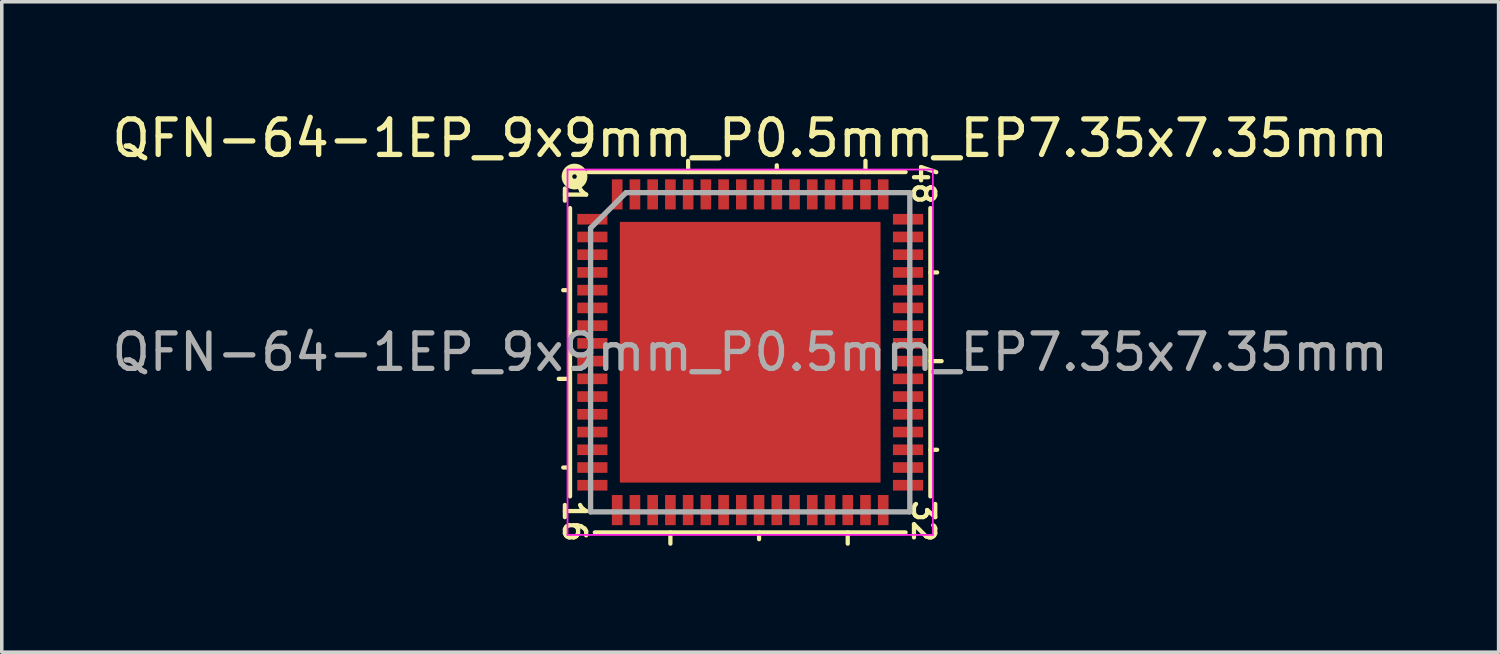
<source format=kicad_pcb>
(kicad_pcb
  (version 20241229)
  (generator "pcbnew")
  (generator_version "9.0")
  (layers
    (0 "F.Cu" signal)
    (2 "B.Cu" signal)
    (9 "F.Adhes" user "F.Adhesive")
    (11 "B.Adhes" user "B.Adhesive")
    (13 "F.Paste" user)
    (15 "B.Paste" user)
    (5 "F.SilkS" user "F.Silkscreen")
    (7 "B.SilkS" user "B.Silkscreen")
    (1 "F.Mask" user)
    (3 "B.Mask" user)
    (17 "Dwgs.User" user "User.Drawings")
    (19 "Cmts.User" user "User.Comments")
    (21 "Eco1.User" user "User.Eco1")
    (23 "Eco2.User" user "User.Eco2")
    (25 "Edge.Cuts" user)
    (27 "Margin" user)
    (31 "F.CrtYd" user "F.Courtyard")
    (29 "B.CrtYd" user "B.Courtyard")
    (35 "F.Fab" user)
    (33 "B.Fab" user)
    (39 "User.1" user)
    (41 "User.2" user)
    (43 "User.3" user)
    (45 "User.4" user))
  (footprint "QFN-64-1EP_9x9mm_P0.5mm_EP7.35x7.35mm"
    (layer "F.Cu")
    (at 18.101 6.881)
    (property "Reference" "QFN-64-1EP_9x9mm_P0.5mm_EP7.35x7.35mm" (at 0 -6.032 0) (layer "F.SilkS") (effects (font (size 1 1) (thickness 0.15))))
    (attr smd)
    (fp_line (start -5.08 -4.064) (end -5.08 4.064) (stroke (width 0.12) (type solid)) (layer "F.SilkS"))
    (fp_line (start -5.08 -1.75) (end -5.271 -1.75) (stroke (width 0.12) (type solid)) (layer "F.SilkS"))
    (fp_line (start -5.08 0.75) (end -5.397 0.75) (stroke (width 0.12) (type solid)) (layer "F.SilkS"))
    (fp_line (start -5.08 3.25) (end -5.271 3.25) (stroke (width 0.12) (type solid)) (layer "F.SilkS"))
    (fp_line (start -4.381 5.08) (end 4.381 5.08) (stroke (width 0.12) (type solid)) (layer "F.SilkS"))
    (fp_line (start -2.25 5.08) (end -2.25 5.397) (stroke (width 0.12) (type solid)) (layer "F.SilkS"))
    (fp_line (start -1.75 -5.08) (end -1.75 -5.397) (stroke (width 0.12) (type solid)) (layer "F.SilkS"))
    (fp_line (start 0.25 5.08) (end 0.25 5.271) (stroke (width 0.12) (type solid)) (layer "F.SilkS"))
    (fp_line (start 0.75 -5.08) (end 0.75 -5.271) (stroke (width 0.12) (type solid)) (layer "F.SilkS"))
    (fp_line (start 2.75 5.08) (end 2.75 5.397) (stroke (width 0.12) (type solid)) (layer "F.SilkS"))
    (fp_line (start 3.25 -5.08) (end 3.25 -5.397) (stroke (width 0.12) (type solid)) (layer "F.SilkS"))
    (fp_line (start 4.381 -5.08) (end -4.572 -5.08) (stroke (width 0.12) (type solid)) (layer "F.SilkS"))
    (fp_line (start 5.08 -2.25) (end 5.271 -2.25) (stroke (width 0.12) (type solid)) (layer "F.SilkS"))
    (fp_line (start 5.08 0.25) (end 5.397 0.25) (stroke (width 0.12) (type solid)) (layer "F.SilkS"))
    (fp_line (start 5.08 2.75) (end 5.271 2.75) (stroke (width 0.12) (type solid)) (layer "F.SilkS"))
    (fp_line (start 5.08 4.064) (end 5.08 -4.064) (stroke (width 0.12) (type solid)) (layer "F.SilkS"))
    (fp_circle (center -4.953 -4.953) (end -4.889 -4.953) (stroke (width 0.3) (type solid)) (fill no) (layer "F.SilkS"))
    (fp_line (start -5.15 -5.15) (end -5.15 5.15) (stroke (width 0.05) (type solid)) (layer "F.CrtYd"))
    (fp_line (start -5.15 -5.15) (end 5.15 -5.15) (stroke (width 0.05) (type solid)) (layer "F.CrtYd"))
    (fp_line (start -5.15 5.15) (end 5.15 5.15) (stroke (width 0.05) (type solid)) (layer "F.CrtYd"))
    (fp_line (start 5.15 -5.15) (end 5.15 5.15) (stroke (width 0.05) (type solid)) (layer "F.CrtYd"))
    (fp_line (start -4.5 -3.5) (end -3.5 -4.5) (stroke (width 0.15) (type solid)) (layer "F.Fab"))
    (fp_line (start -4.5 4.5) (end -4.5 -3.5) (stroke (width 0.15) (type solid)) (layer "F.Fab"))
    (fp_line (start -3.5 -4.5) (end 4.5 -4.5) (stroke (width 0.15) (type solid)) (layer "F.Fab"))
    (fp_line (start 4.5 -4.5) (end 4.5 4.5) (stroke (width 0.15) (type solid)) (layer "F.Fab"))
    (fp_line (start 4.5 4.5) (end -4.5 4.5) (stroke (width 0.15) (type solid)) (layer "F.Fab"))
    (fp_text user "1" (at -4.953 -4.445 270) (unlocked yes) (layer "F.SilkS") (effects (font (size 0.6 0.6) (thickness 0.12))))
    (fp_text user "32" (at 4.889 4.763 270) (unlocked yes) (layer "F.SilkS") (effects (font (size 0.6 0.6) (thickness 0.12))))
    (fp_text user "48" (at 4.889 -4.763 270) (unlocked yes) (layer "F.SilkS") (effects (font (size 0.6 0.6) (thickness 0.12))))
    (fp_text user "16" (at -4.953 4.763 270) (unlocked yes) (layer "F.SilkS") (effects (font (size 0.6 0.6) (thickness 0.12))))
    (fp_text user "${REFERENCE}" (at 0 0 0) (layer "F.Fab") (effects (font (size 1 1) (thickness 0.15))))
    (pad "" smd rect (at -2.94 -2.94) (size 1.19 1.19) (layers "F.Paste"))
    (pad "" smd rect (at -2.94 -1.47) (size 1.19 1.19) (layers "F.Paste"))
    (pad "" smd rect (at -2.94 0) (size 1.19 1.19) (layers "F.Paste"))
    (pad "" smd rect (at -2.94 1.47) (size 1.19 1.19) (layers "F.Paste"))
    (pad "" smd rect (at -2.94 2.94) (size 1.19 1.19) (layers "F.Paste"))
    (pad "" smd rect (at -1.47 -2.94) (size 1.19 1.19) (layers "F.Paste"))
    (pad "" smd rect (at -1.47 -1.47) (size 1.19 1.19) (layers "F.Paste"))
    (pad "" smd rect (at -1.47 0) (size 1.19 1.19) (layers "F.Paste"))
    (pad "" smd rect (at -1.47 1.47) (size 1.19 1.19) (layers "F.Paste"))
    (pad "" smd rect (at -1.47 2.94) (size 1.19 1.19) (layers "F.Paste"))
    (pad "" smd rect (at 0 -2.94) (size 1.19 1.19) (layers "F.Paste"))
    (pad "" smd rect (at 0 -1.47) (size 1.19 1.19) (layers "F.Paste"))
    (pad "" smd rect (at 0 0) (size 1.19 1.19) (layers "F.Paste"))
    (pad "" smd rect (at 0 1.47) (size 1.19 1.19) (layers "F.Paste"))
    (pad "" smd rect (at 0 2.94) (size 1.19 1.19) (layers "F.Paste"))
    (pad "" smd rect (at 1.47 -2.94) (size 1.19 1.19) (layers "F.Paste"))
    (pad "" smd rect (at 1.47 -1.47) (size 1.19 1.19) (layers "F.Paste"))
    (pad "" smd rect (at 1.47 0) (size 1.19 1.19) (layers "F.Paste"))
    (pad "" smd rect (at 1.47 1.47) (size 1.19 1.19) (layers "F.Paste"))
    (pad "" smd rect (at 1.47 2.94) (size 1.19 1.19) (layers "F.Paste"))
    (pad "" smd rect (at 2.94 -2.94) (size 1.19 1.19) (layers "F.Paste"))
    (pad "" smd rect (at 2.94 -1.47) (size 1.19 1.19) (layers "F.Paste"))
    (pad "" smd rect (at 2.94 0) (size 1.19 1.19) (layers "F.Paste"))
    (pad "" smd rect (at 2.94 1.47) (size 1.19 1.19) (layers "F.Paste"))
    (pad "" smd rect (at 2.94 2.94) (size 1.19 1.19) (layers "F.Paste"))
    (pad "1" smd rect (at -4.45 -3.75) (size 0.85 0.3) (layers "F.Cu" "F.Mask" "F.Paste"))
    (pad "2" smd rect (at -4.45 -3.25) (size 0.85 0.3) (layers "F.Cu" "F.Mask" "F.Paste"))
    (pad "3" smd rect (at -4.45 -2.75) (size 0.85 0.3) (layers "F.Cu" "F.Mask" "F.Paste"))
    (pad "4" smd rect (at -4.45 -2.25) (size 0.85 0.3) (layers "F.Cu" "F.Mask" "F.Paste"))
    (pad "5" smd rect (at -4.45 -1.75) (size 0.85 0.3) (layers "F.Cu" "F.Mask" "F.Paste"))
    (pad "6" smd rect (at -4.45 -1.25) (size 0.85 0.3) (layers "F.Cu" "F.Mask" "F.Paste"))
    (pad "7" smd rect (at -4.45 -0.75) (size 0.85 0.3) (layers "F.Cu" "F.Mask" "F.Paste"))
    (pad "8" smd rect (at -4.45 -0.25) (size 0.85 0.3) (layers "F.Cu" "F.Mask" "F.Paste"))
    (pad "9" smd rect (at -4.45 0.25) (size 0.85 0.3) (layers "F.Cu" "F.Mask" "F.Paste"))
    (pad "10" smd rect (at -4.45 0.75) (size 0.85 0.3) (layers "F.Cu" "F.Mask" "F.Paste"))
    (pad "11" smd rect (at -4.45 1.25) (size 0.85 0.3) (layers "F.Cu" "F.Mask" "F.Paste"))
    (pad "12" smd rect (at -4.45 1.75) (size 0.85 0.3) (layers "F.Cu" "F.Mask" "F.Paste"))
    (pad "13" smd rect (at -4.45 2.25) (size 0.85 0.3) (layers "F.Cu" "F.Mask" "F.Paste"))
    (pad "14" smd rect (at -4.45 2.75) (size 0.85 0.3) (layers "F.Cu" "F.Mask" "F.Paste"))
    (pad "15" smd rect (at -4.45 3.25) (size 0.85 0.3) (layers "F.Cu" "F.Mask" "F.Paste"))
    (pad "16" smd rect (at -4.45 3.75) (size 0.85 0.3) (layers "F.Cu" "F.Mask" "F.Paste"))
    (pad "17" smd rect (at -3.75 4.45 90) (size 0.85 0.3) (layers "F.Cu" "F.Mask" "F.Paste"))
    (pad "18" smd rect (at -3.25 4.45 90) (size 0.85 0.3) (layers "F.Cu" "F.Mask" "F.Paste"))
    (pad "19" smd rect (at -2.75 4.45 90) (size 0.85 0.3) (layers "F.Cu" "F.Mask" "F.Paste"))
    (pad "20" smd rect (at -2.25 4.45 90) (size 0.85 0.3) (layers "F.Cu" "F.Mask" "F.Paste"))
    (pad "21" smd rect (at -1.75 4.45 90) (size 0.85 0.3) (layers "F.Cu" "F.Mask" "F.Paste"))
    (pad "22" smd rect (at -1.25 4.45 90) (size 0.85 0.3) (layers "F.Cu" "F.Mask" "F.Paste"))
    (pad "23" smd rect (at -0.75 4.45 90) (size 0.85 0.3) (layers "F.Cu" "F.Mask" "F.Paste"))
    (pad "24" smd rect (at -0.25 4.45 90) (size 0.85 0.3) (layers "F.Cu" "F.Mask" "F.Paste"))
    (pad "25" smd rect (at 0.25 4.45 90) (size 0.85 0.3) (layers "F.Cu" "F.Mask" "F.Paste"))
    (pad "26" smd rect (at 0.75 4.45 90) (size 0.85 0.3) (layers "F.Cu" "F.Mask" "F.Paste"))
    (pad "27" smd rect (at 1.25 4.45 90) (size 0.85 0.3) (layers "F.Cu" "F.Mask" "F.Paste"))
    (pad "28" smd rect (at 1.75 4.45 90) (size 0.85 0.3) (layers "F.Cu" "F.Mask" "F.Paste"))
    (pad "29" smd rect (at 2.25 4.45 90) (size 0.85 0.3) (layers "F.Cu" "F.Mask" "F.Paste"))
    (pad "30" smd rect (at 2.75 4.45 90) (size 0.85 0.3) (layers "F.Cu" "F.Mask" "F.Paste"))
    (pad "31" smd rect (at 3.25 4.45 90) (size 0.85 0.3) (layers "F.Cu" "F.Mask" "F.Paste"))
    (pad "32" smd rect (at 3.75 4.45 90) (size 0.85 0.3) (layers "F.Cu" "F.Mask" "F.Paste"))
    (pad "33" smd rect (at 4.45 3.75) (size 0.85 0.3) (layers "F.Cu" "F.Mask" "F.Paste"))
    (pad "34" smd rect (at 4.45 3.25) (size 0.85 0.3) (layers "F.Cu" "F.Mask" "F.Paste"))
    (pad "35" smd rect (at 4.45 2.75) (size 0.85 0.3) (layers "F.Cu" "F.Mask" "F.Paste"))
    (pad "36" smd rect (at 4.45 2.25) (size 0.85 0.3) (layers "F.Cu" "F.Mask" "F.Paste"))
    (pad "37" smd rect (at 4.45 1.75) (size 0.85 0.3) (layers "F.Cu" "F.Mask" "F.Paste"))
    (pad "38" smd rect (at 4.45 1.25) (size 0.85 0.3) (layers "F.Cu" "F.Mask" "F.Paste"))
    (pad "39" smd rect (at 4.45 0.75) (size 0.85 0.3) (layers "F.Cu" "F.Mask" "F.Paste"))
    (pad "40" smd rect (at 4.45 0.25) (size 0.85 0.3) (layers "F.Cu" "F.Mask" "F.Paste"))
    (pad "41" smd rect (at 4.45 -0.25) (size 0.85 0.3) (layers "F.Cu" "F.Mask" "F.Paste"))
    (pad "42" smd rect (at 4.45 -0.75) (size 0.85 0.3) (layers "F.Cu" "F.Mask" "F.Paste"))
    (pad "43" smd rect (at 4.45 -1.25) (size 0.85 0.3) (layers "F.Cu" "F.Mask" "F.Paste"))
    (pad "44" smd rect (at 4.45 -1.75) (size 0.85 0.3) (layers "F.Cu" "F.Mask" "F.Paste"))
    (pad "45" smd rect (at 4.45 -2.25) (size 0.85 0.3) (layers "F.Cu" "F.Mask" "F.Paste"))
    (pad "46" smd rect (at 4.45 -2.75) (size 0.85 0.3) (layers "F.Cu" "F.Mask" "F.Paste"))
    (pad "47" smd rect (at 4.45 -3.25) (size 0.85 0.3) (layers "F.Cu" "F.Mask" "F.Paste"))
    (pad "48" smd rect (at 4.45 -3.75) (size 0.85 0.3) (layers "F.Cu" "F.Mask" "F.Paste"))
    (pad "49" smd rect (at 3.75 -4.45 90) (size 0.85 0.3) (layers "F.Cu" "F.Mask" "F.Paste"))
    (pad "50" smd rect (at 3.25 -4.45 90) (size 0.85 0.3) (layers "F.Cu" "F.Mask" "F.Paste"))
    (pad "51" smd rect (at 2.75 -4.45 90) (size 0.85 0.3) (layers "F.Cu" "F.Mask" "F.Paste"))
    (pad "52" smd rect (at 2.25 -4.45 90) (size 0.85 0.3) (layers "F.Cu" "F.Mask" "F.Paste"))
    (pad "53" smd rect (at 1.75 -4.45 90) (size 0.85 0.3) (layers "F.Cu" "F.Mask" "F.Paste"))
    (pad "54" smd rect (at 1.25 -4.45 90) (size 0.85 0.3) (layers "F.Cu" "F.Mask" "F.Paste"))
    (pad "55" smd rect (at 0.75 -4.45 90) (size 0.85 0.3) (layers "F.Cu" "F.Mask" "F.Paste"))
    (pad "56" smd rect (at 0.25 -4.45 90) (size 0.85 0.3) (layers "F.Cu" "F.Mask" "F.Paste"))
    (pad "57" smd rect (at -0.25 -4.45 90) (size 0.85 0.3) (layers "F.Cu" "F.Mask" "F.Paste"))
    (pad "58" smd rect (at -0.75 -4.45 90) (size 0.85 0.3) (layers "F.Cu" "F.Mask" "F.Paste"))
    (pad "59" smd rect (at -1.25 -4.45 90) (size 0.85 0.3) (layers "F.Cu" "F.Mask" "F.Paste"))
    (pad "60" smd rect (at -1.75 -4.45 90) (size 0.85 0.3) (layers "F.Cu" "F.Mask" "F.Paste"))
    (pad "61" smd rect (at -2.25 -4.45 90) (size 0.85 0.3) (layers "F.Cu" "F.Mask" "F.Paste"))
    (pad "62" smd rect (at -2.75 -4.45 90) (size 0.85 0.3) (layers "F.Cu" "F.Mask" "F.Paste"))
    (pad "63" smd rect (at -3.25 -4.45 90) (size 0.85 0.3) (layers "F.Cu" "F.Mask" "F.Paste"))
    (pad "64" smd rect (at -3.75 -4.45 90) (size 0.85 0.3) (layers "F.Cu" "F.Mask" "F.Paste"))
    (pad "65" smd rect (at 0 0) (size 7.35 7.35) (layers "F.Cu" "F.Mask")))
  (gr_rect
    (start -3 -3)
    (end 39.202 15.338)
    (stroke (width 0.1) (type default))
    (fill no)
    (layer "Edge.Cuts")))
</source>
